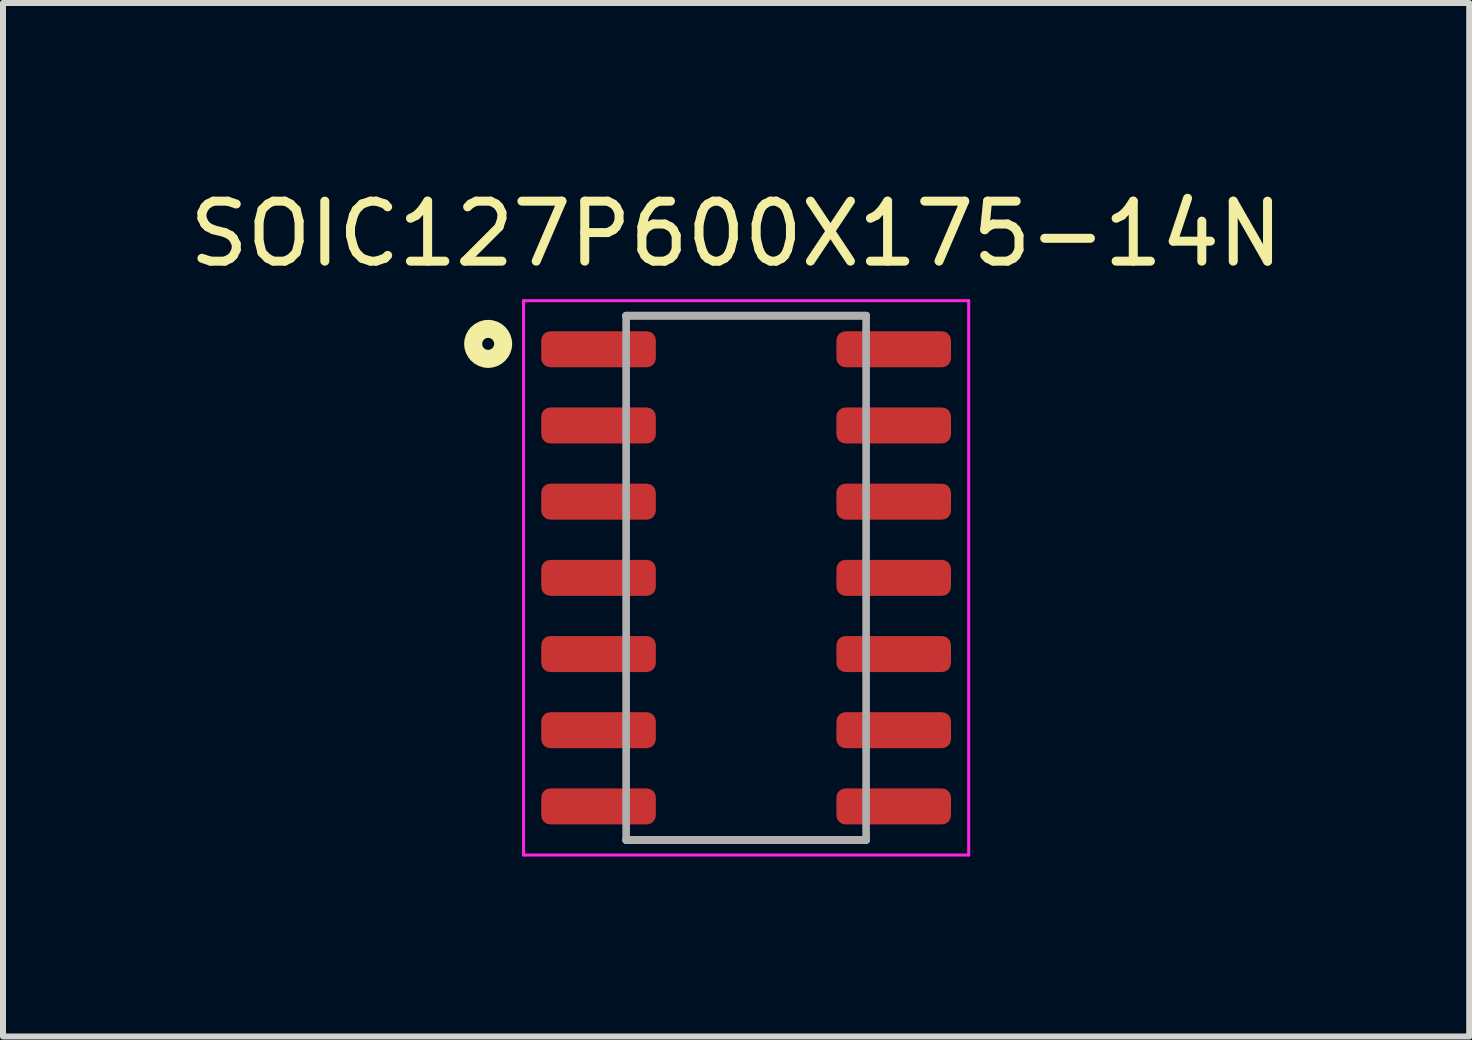
<source format=kicad_pcb>
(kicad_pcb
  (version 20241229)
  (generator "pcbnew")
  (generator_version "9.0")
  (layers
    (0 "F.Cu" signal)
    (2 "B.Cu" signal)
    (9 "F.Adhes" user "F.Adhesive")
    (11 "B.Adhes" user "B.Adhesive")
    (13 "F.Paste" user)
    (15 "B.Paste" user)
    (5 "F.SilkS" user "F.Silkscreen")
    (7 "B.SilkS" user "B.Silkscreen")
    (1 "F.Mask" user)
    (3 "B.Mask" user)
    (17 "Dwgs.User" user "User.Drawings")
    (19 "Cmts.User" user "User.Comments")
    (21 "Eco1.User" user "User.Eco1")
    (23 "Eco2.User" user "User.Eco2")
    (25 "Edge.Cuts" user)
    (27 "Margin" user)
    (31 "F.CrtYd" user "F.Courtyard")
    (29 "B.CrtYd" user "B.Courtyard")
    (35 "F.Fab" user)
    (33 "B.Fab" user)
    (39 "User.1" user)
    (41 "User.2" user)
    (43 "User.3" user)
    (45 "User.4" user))
  (footprint "SOIC127P600X175-14N"
    (layer "F.Cu")
    (at 9.387 6.582)
    (property "Reference" "SOIC127P600X175-14N" (at -0.166 -5.734 0) (layer "F.SilkS") (effects (font (size 1 1) (thickness 0.15))))
    (attr smd)
    (fp_line (start -2 -4.37) (end 2 -4.37) (stroke (width 0.127) (type solid)) (layer "F.SilkS"))
    (fp_line (start 2 4.37) (end -2 4.37) (stroke (width 0.127) (type solid)) (layer "F.SilkS"))
    (fp_circle (center -4.3 -3.9) (end -4.2 -3.9) (stroke (width 0.3) (type solid)) (fill no) (layer "F.SilkS"))
    (fp_line (start -3.71 -4.62) (end 3.71 -4.62) (stroke (width 0.05) (type solid)) (layer "F.CrtYd"))
    (fp_line (start -3.71 4.62) (end -3.71 -4.62) (stroke (width 0.05) (type solid)) (layer "F.CrtYd"))
    (fp_line (start 3.71 -4.62) (end 3.71 4.62) (stroke (width 0.05) (type solid)) (layer "F.CrtYd"))
    (fp_line (start 3.71 4.62) (end -3.71 4.62) (stroke (width 0.05) (type solid)) (layer "F.CrtYd"))
    (fp_line (start -2 -4.37) (end 2 -4.37) (stroke (width 0.127) (type solid)) (layer "F.Fab"))
    (fp_line (start -2 4.37) (end -2 -4.37) (stroke (width 0.127) (type solid)) (layer "F.Fab"))
    (fp_line (start 2 -4.37) (end 2 4.37) (stroke (width 0.127) (type solid)) (layer "F.Fab"))
    (fp_line (start 2 4.37) (end -2 4.37) (stroke (width 0.127) (type solid)) (layer "F.Fab"))
    (pad "1" smd roundrect (at -2.46 -3.81) (size 1.91 0.6) (layers "F.Cu" "F.Mask" "F.Paste") (roundrect_rratio 0.25))
    (pad "2" smd roundrect (at -2.46 -2.54) (size 1.91 0.6) (layers "F.Cu" "F.Mask" "F.Paste") (roundrect_rratio 0.25))
    (pad "3" smd roundrect (at -2.46 -1.27) (size 1.91 0.6) (layers "F.Cu" "F.Mask" "F.Paste") (roundrect_rratio 0.25))
    (pad "4" smd roundrect (at -2.46 0) (size 1.91 0.6) (layers "F.Cu" "F.Mask" "F.Paste") (roundrect_rratio 0.25))
    (pad "5" smd roundrect (at -2.46 1.27) (size 1.91 0.6) (layers "F.Cu" "F.Mask" "F.Paste") (roundrect_rratio 0.25))
    (pad "6" smd roundrect (at -2.46 2.54) (size 1.91 0.6) (layers "F.Cu" "F.Mask" "F.Paste") (roundrect_rratio 0.25))
    (pad "7" smd roundrect (at -2.46 3.81) (size 1.91 0.6) (layers "F.Cu" "F.Mask" "F.Paste") (roundrect_rratio 0.25))
    (pad "8" smd roundrect (at 2.46 3.81) (size 1.91 0.6) (layers "F.Cu" "F.Mask" "F.Paste") (roundrect_rratio 0.25))
    (pad "9" smd roundrect (at 2.46 2.54) (size 1.91 0.6) (layers "F.Cu" "F.Mask" "F.Paste") (roundrect_rratio 0.25))
    (pad "10" smd roundrect (at 2.46 1.27) (size 1.91 0.6) (layers "F.Cu" "F.Mask" "F.Paste") (roundrect_rratio 0.25))
    (pad "11" smd roundrect (at 2.46 0) (size 1.91 0.6) (layers "F.Cu" "F.Mask" "F.Paste") (roundrect_rratio 0.25))
    (pad "12" smd roundrect (at 2.46 -1.27) (size 1.91 0.6) (layers "F.Cu" "F.Mask" "F.Paste") (roundrect_rratio 0.25))
    (pad "13" smd roundrect (at 2.46 -2.54) (size 1.91 0.6) (layers "F.Cu" "F.Mask" "F.Paste") (roundrect_rratio 0.25))
    (pad "14" smd roundrect (at 2.46 -3.81) (size 1.91 0.6) (layers "F.Cu" "F.Mask" "F.Paste") (roundrect_rratio 0.25)))
  (gr_rect
    (start -3 -3)
    (end 21.44 14.227)
    (stroke (width 0.1) (type default))
    (fill no)
    (layer "Edge.Cuts")))
</source>
